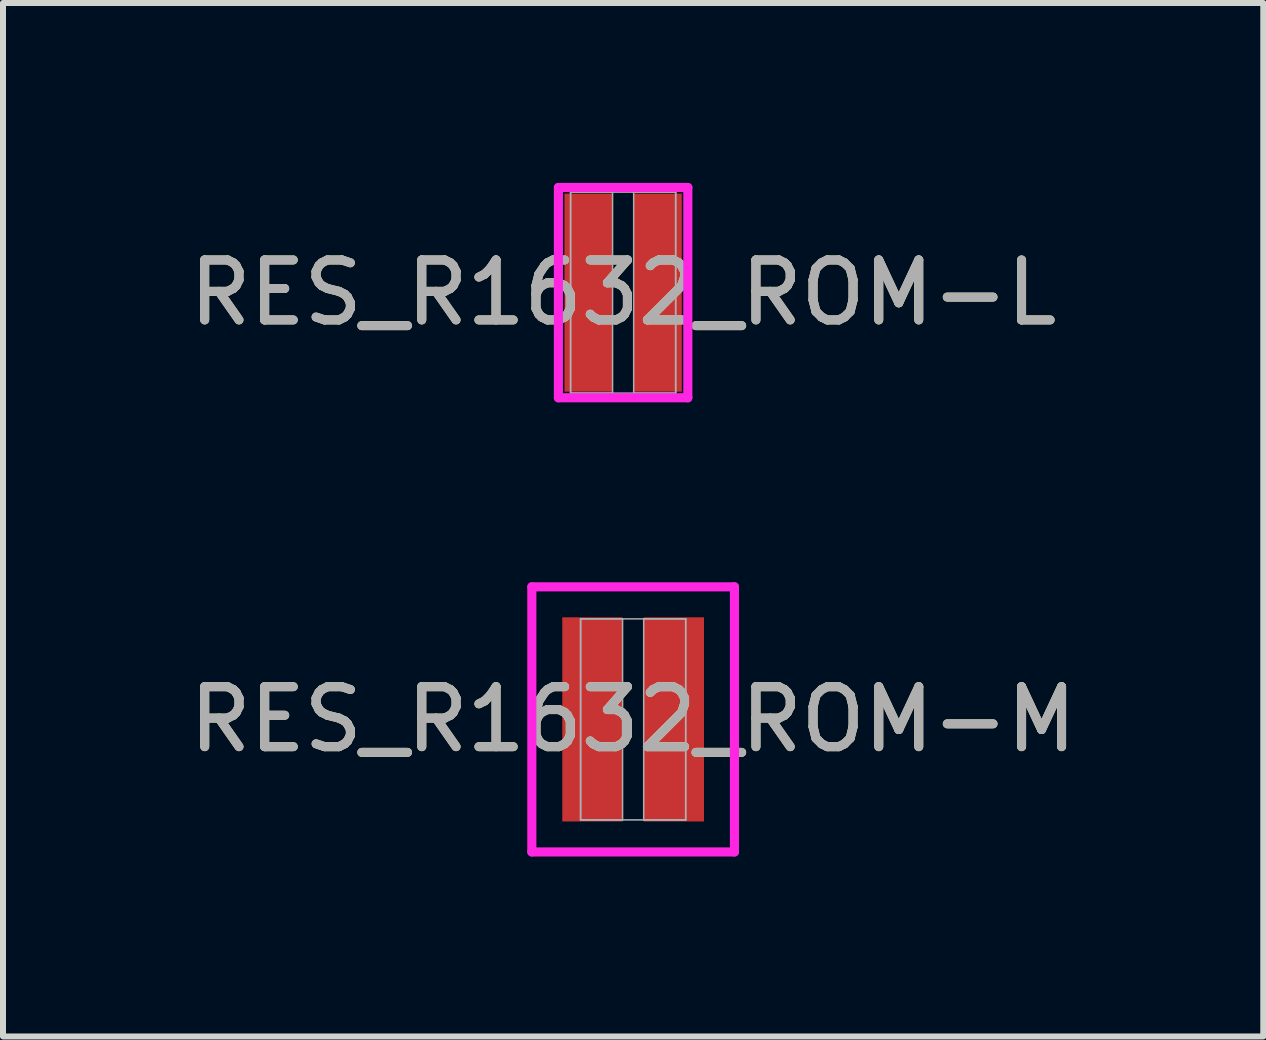
<source format=kicad_pcb>
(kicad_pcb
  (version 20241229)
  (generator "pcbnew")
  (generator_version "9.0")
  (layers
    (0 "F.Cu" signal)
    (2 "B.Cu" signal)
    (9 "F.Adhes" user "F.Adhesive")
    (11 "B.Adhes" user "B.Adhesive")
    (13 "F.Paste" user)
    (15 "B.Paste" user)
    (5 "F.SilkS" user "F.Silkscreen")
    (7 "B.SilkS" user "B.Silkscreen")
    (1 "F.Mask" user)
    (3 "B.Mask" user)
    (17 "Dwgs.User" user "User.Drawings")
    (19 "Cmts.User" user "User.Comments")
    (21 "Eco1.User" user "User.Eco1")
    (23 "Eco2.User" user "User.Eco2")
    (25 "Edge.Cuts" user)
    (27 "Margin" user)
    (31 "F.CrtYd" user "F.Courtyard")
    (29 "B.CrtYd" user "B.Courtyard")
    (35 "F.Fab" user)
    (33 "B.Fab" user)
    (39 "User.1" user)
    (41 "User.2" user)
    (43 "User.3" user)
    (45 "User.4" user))
  (footprint "RES_R1632_ROM-M"
    (layer "F.Cu")
    (at 7.506 8.944)
    (property "Reference" "RES_R1632_ROM-M" (at 0 0 0) (unlocked yes) (layer "F.SilkS") (effects (font (size 1 1) (thickness 0.15))))
    (attr smd)
    (fp_line (start -1.689 -2.21) (end 1.689 -2.21) (stroke (width 0.152) (type solid)) (layer "F.CrtYd"))
    (fp_line (start -1.689 2.21) (end -1.689 -2.21) (stroke (width 0.152) (type solid)) (layer "F.CrtYd"))
    (fp_line (start 1.689 -2.21) (end 1.689 2.21) (stroke (width 0.152) (type solid)) (layer "F.CrtYd"))
    (fp_line (start 1.689 2.21) (end -1.689 2.21) (stroke (width 0.152) (type solid)) (layer "F.CrtYd"))
    (fp_line (start -0.876 -1.676) (end -0.876 1.676) (stroke (width 0.025) (type solid)) (layer "F.Fab"))
    (fp_line (start -0.876 -1.676) (end -0.876 1.676) (stroke (width 0.025) (type solid)) (layer "F.Fab"))
    (fp_line (start -0.876 1.676) (end -0.176 1.676) (stroke (width 0.025) (type solid)) (layer "F.Fab"))
    (fp_line (start -0.876 1.676) (end 0.876 1.676) (stroke (width 0.025) (type solid)) (layer "F.Fab"))
    (fp_line (start -0.176 -1.676) (end -0.876 -1.676) (stroke (width 0.025) (type solid)) (layer "F.Fab"))
    (fp_line (start -0.176 1.676) (end -0.176 -1.676) (stroke (width 0.025) (type solid)) (layer "F.Fab"))
    (fp_line (start 0.176 -1.676) (end 0.176 1.676) (stroke (width 0.025) (type solid)) (layer "F.Fab"))
    (fp_line (start 0.176 1.676) (end 0.876 1.676) (stroke (width 0.025) (type solid)) (layer "F.Fab"))
    (fp_line (start 0.876 -1.676) (end -0.876 -1.676) (stroke (width 0.025) (type solid)) (layer "F.Fab"))
    (fp_line (start 0.876 -1.676) (end 0.176 -1.676) (stroke (width 0.025) (type solid)) (layer "F.Fab"))
    (fp_line (start 0.876 1.676) (end 0.876 -1.676) (stroke (width 0.025) (type solid)) (layer "F.Fab"))
    (fp_line (start 0.876 1.676) (end 0.876 -1.676) (stroke (width 0.025) (type solid)) (layer "F.Fab"))
    (fp_text user "${REFERENCE}" (at 0 0 0) (unlocked yes) (layer "F.Fab") (effects (font (size 1 1) (thickness 0.15))))
    (pad "1" smd rect (at -0.679 0) (size 1.005 3.404) (layers "F.Cu" "F.Mask" "F.Paste"))
    (pad "2" smd rect (at 0.679 0) (size 1.005 3.404) (layers "F.Cu" "F.Mask" "F.Paste"))
    (zone (net_name "") (layer "F.Cu") (hatch full 0.508) (connect_pads) (min_thickness 0.254) (filled_areas_thickness no) (keepout (tracks not_allowed) (vias not_allowed) (pads allowed) (copperpour not_allowed) (footprints allowed)) (placement (enabled no)) (fill) (polygon (pts (xy 7.38 7.318) (xy 7.631 7.318) (xy 7.631 10.569) (xy 7.38 10.569)))))
  (footprint "RES_R1632_ROM-L"
    (layer "F.Cu")
    (at 7.339 1.829)
    (property "Reference" "RES_R1632_ROM-L" (at 0 0 0) (unlocked yes) (layer "F.SilkS") (effects (font (size 1 1) (thickness 0.15))))
    (attr smd)
    (fp_line (start -1.079 -1.753) (end 1.079 -1.753) (stroke (width 0.152) (type solid)) (layer "F.CrtYd"))
    (fp_line (start -1.079 1.753) (end -1.079 -1.753) (stroke (width 0.152) (type solid)) (layer "F.CrtYd"))
    (fp_line (start 1.079 -1.753) (end 1.079 1.753) (stroke (width 0.152) (type solid)) (layer "F.CrtYd"))
    (fp_line (start 1.079 1.753) (end -1.079 1.753) (stroke (width 0.152) (type solid)) (layer "F.CrtYd"))
    (fp_line (start -0.876 -1.676) (end -0.876 1.676) (stroke (width 0.025) (type solid)) (layer "F.Fab"))
    (fp_line (start -0.876 -1.676) (end -0.876 1.676) (stroke (width 0.025) (type solid)) (layer "F.Fab"))
    (fp_line (start -0.876 1.676) (end -0.176 1.676) (stroke (width 0.025) (type solid)) (layer "F.Fab"))
    (fp_line (start -0.876 1.676) (end 0.876 1.676) (stroke (width 0.025) (type solid)) (layer "F.Fab"))
    (fp_line (start -0.176 -1.676) (end -0.876 -1.676) (stroke (width 0.025) (type solid)) (layer "F.Fab"))
    (fp_line (start -0.176 1.676) (end -0.176 -1.676) (stroke (width 0.025) (type solid)) (layer "F.Fab"))
    (fp_line (start 0.176 -1.676) (end 0.176 1.676) (stroke (width 0.025) (type solid)) (layer "F.Fab"))
    (fp_line (start 0.176 1.676) (end 0.876 1.676) (stroke (width 0.025) (type solid)) (layer "F.Fab"))
    (fp_line (start 0.876 -1.676) (end -0.876 -1.676) (stroke (width 0.025) (type solid)) (layer "F.Fab"))
    (fp_line (start 0.876 -1.676) (end 0.176 -1.676) (stroke (width 0.025) (type solid)) (layer "F.Fab"))
    (fp_line (start 0.876 1.676) (end 0.876 -1.676) (stroke (width 0.025) (type solid)) (layer "F.Fab"))
    (fp_line (start 0.876 1.676) (end 0.876 -1.676) (stroke (width 0.025) (type solid)) (layer "F.Fab"))
    (fp_text user "${REFERENCE}" (at 0 0 0) (unlocked yes) (layer "F.Fab") (effects (font (size 1 1) (thickness 0.15))))
    (pad "1" smd rect (at -0.577 0) (size 0.802 3.302) (layers "F.Cu" "F.Mask" "F.Paste"))
    (pad "2" smd rect (at 0.577 0) (size 0.802 3.302) (layers "F.Cu" "F.Mask" "F.Paste"))
    (zone (net_name "") (layer "F.Cu") (hatch full 0.508) (connect_pads) (min_thickness 0.254) (filled_areas_thickness no) (keepout (tracks not_allowed) (vias not_allowed) (pads allowed) (copperpour not_allowed) (footprints allowed)) (placement (enabled no)) (fill) (polygon (pts (xy 7.214 0.203) (xy 7.465 0.203) (xy 7.465 3.454) (xy 7.214 3.454)))))
  (gr_rect
    (start -3 -3)
    (end 18.012 14.23)
    (stroke (width 0.1) (type default))
    (fill no)
    (layer "Edge.Cuts")))
</source>
